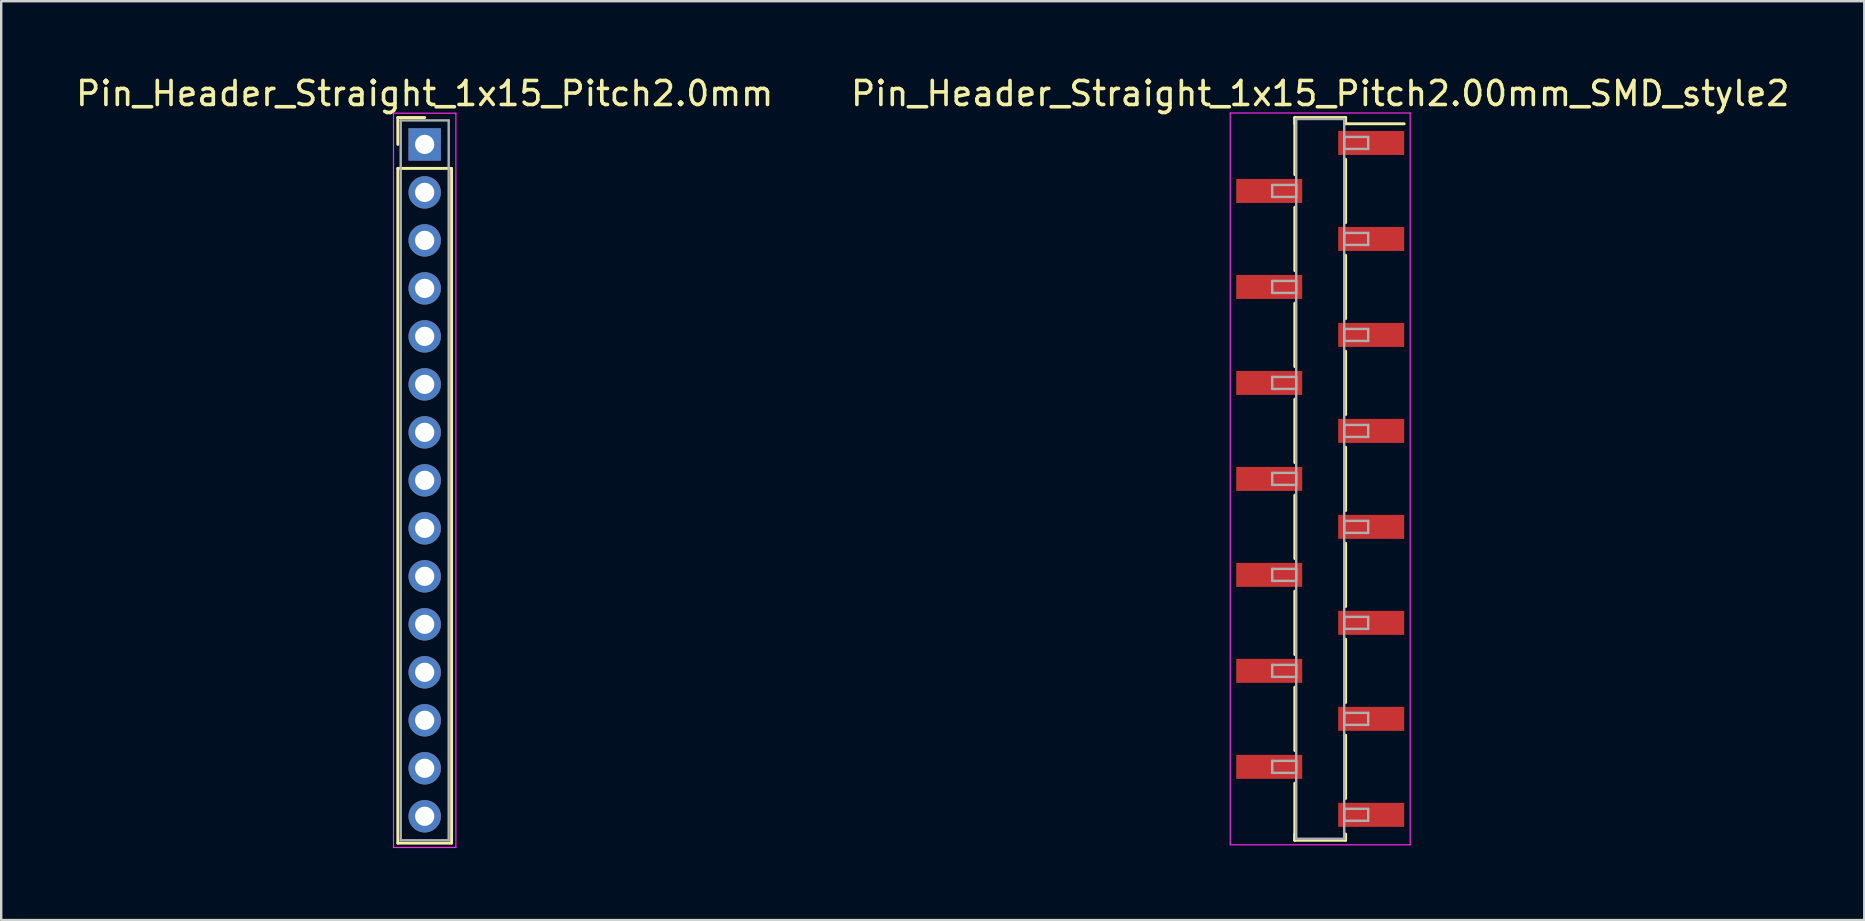
<source format=kicad_pcb>
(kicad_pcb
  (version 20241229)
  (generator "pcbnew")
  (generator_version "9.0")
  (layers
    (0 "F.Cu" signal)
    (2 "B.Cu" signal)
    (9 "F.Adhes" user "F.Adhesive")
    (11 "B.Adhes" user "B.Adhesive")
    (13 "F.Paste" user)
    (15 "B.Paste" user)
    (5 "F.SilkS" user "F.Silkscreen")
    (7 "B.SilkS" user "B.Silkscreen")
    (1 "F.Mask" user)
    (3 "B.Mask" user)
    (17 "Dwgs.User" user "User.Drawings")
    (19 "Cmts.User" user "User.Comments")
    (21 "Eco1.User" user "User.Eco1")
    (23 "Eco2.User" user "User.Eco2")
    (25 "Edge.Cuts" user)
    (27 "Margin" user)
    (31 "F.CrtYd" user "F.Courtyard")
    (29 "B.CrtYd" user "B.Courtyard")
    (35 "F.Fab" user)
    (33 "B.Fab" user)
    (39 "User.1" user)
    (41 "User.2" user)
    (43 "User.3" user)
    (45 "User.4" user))
  (footprint "Pin_Header_Straight_1x15_Pitch2.0mm"
    (layer "F.Cu")
    (at 14.649 2.968)
    (property "Reference" "Pin_Header_Straight_1x15_Pitch2.0mm" (at 0 -2.12 0) (layer "F.SilkS") (effects (font (size 1 1) (thickness 0.15))))
    (attr through_hole)
    (fp_line (start -1.12 -1.12) (end 0 -1.12) (stroke (width 0.12) (type solid)) (layer "F.SilkS"))
    (fp_line (start -1.12 0) (end -1.12 -1.12) (stroke (width 0.12) (type solid)) (layer "F.SilkS"))
    (fp_line (start -1.12 1) (end -1.12 29.12) (stroke (width 0.12) (type solid)) (layer "F.SilkS"))
    (fp_line (start -1.12 29.12) (end 1.12 29.12) (stroke (width 0.12) (type solid)) (layer "F.SilkS"))
    (fp_line (start 1.12 1) (end -1.12 1) (stroke (width 0.12) (type solid)) (layer "F.SilkS"))
    (fp_line (start 1.12 29.12) (end 1.12 1) (stroke (width 0.12) (type solid)) (layer "F.SilkS"))
    (fp_line (start -1.3 -1.3) (end -1.3 29.3) (stroke (width 0.05) (type solid)) (layer "F.CrtYd"))
    (fp_line (start -1.3 29.3) (end 1.3 29.3) (stroke (width 0.05) (type solid)) (layer "F.CrtYd"))
    (fp_line (start 1.3 -1.3) (end -1.3 -1.3) (stroke (width 0.05) (type solid)) (layer "F.CrtYd"))
    (fp_line (start 1.3 29.3) (end 1.3 -1.3) (stroke (width 0.05) (type solid)) (layer "F.CrtYd"))
    (fp_line (start -1 -1) (end -1 29) (stroke (width 0.1) (type solid)) (layer "F.Fab"))
    (fp_line (start -1 29) (end 1 29) (stroke (width 0.1) (type solid)) (layer "F.Fab"))
    (fp_line (start 1 -1) (end -1 -1) (stroke (width 0.1) (type solid)) (layer "F.Fab"))
    (fp_line (start 1 29) (end 1 -1) (stroke (width 0.1) (type solid)) (layer "F.Fab"))
    (pad "1" thru_hole rect (at 0 0) (size 1.35 1.35) (drill 0.8) (layers "*.Cu" "*.Mask"))
    (pad "2" thru_hole oval (at 0 2) (size 1.35 1.35) (drill 0.8) (layers "*.Cu" "*.Mask"))
    (pad "3" thru_hole oval (at 0 4) (size 1.35 1.35) (drill 0.8) (layers "*.Cu" "*.Mask"))
    (pad "4" thru_hole oval (at 0 6) (size 1.35 1.35) (drill 0.8) (layers "*.Cu" "*.Mask"))
    (pad "5" thru_hole oval (at 0 8) (size 1.35 1.35) (drill 0.8) (layers "*.Cu" "*.Mask"))
    (pad "6" thru_hole oval (at 0 10) (size 1.35 1.35) (drill 0.8) (layers "*.Cu" "*.Mask"))
    (pad "7" thru_hole oval (at 0 12) (size 1.35 1.35) (drill 0.8) (layers "*.Cu" "*.Mask"))
    (pad "8" thru_hole oval (at 0 14) (size 1.35 1.35) (drill 0.8) (layers "*.Cu" "*.Mask"))
    (pad "9" thru_hole oval (at 0 16) (size 1.35 1.35) (drill 0.8) (layers "*.Cu" "*.Mask"))
    (pad "10" thru_hole oval (at 0 18) (size 1.35 1.35) (drill 0.8) (layers "*.Cu" "*.Mask"))
    (pad "11" thru_hole oval (at 0 20) (size 1.35 1.35) (drill 0.8) (layers "*.Cu" "*.Mask"))
    (pad "12" thru_hole oval (at 0 22) (size 1.35 1.35) (drill 0.8) (layers "*.Cu" "*.Mask"))
    (pad "13" thru_hole oval (at 0 24) (size 1.35 1.35) (drill 0.8) (layers "*.Cu" "*.Mask"))
    (pad "14" thru_hole oval (at 0 26) (size 1.35 1.35) (drill 0.8) (layers "*.Cu" "*.Mask"))
    (pad "15" thru_hole oval (at 0 28) (size 1.35 1.35) (drill 0.8) (layers "*.Cu" "*.Mask")))
  (footprint "Pin_Header_Straight_1x15_Pitch2.00mm_SMD_style2"
    (layer "F.Cu")
    (at 51.97 16.908)
    (property "Reference" "Pin_Header_Straight_1x15_Pitch2.00mm_SMD_style2" (at 0 -16.06 0) (layer "F.SilkS") (effects (font (size 1 1) (thickness 0.15))))
    (attr smd)
    (fp_line (start -1.06 -15.06) (end -1.06 -12.68) (stroke (width 0.12) (type solid)) (layer "F.SilkS"))
    (fp_line (start -1.06 -15.06) (end 1.06 -15.06) (stroke (width 0.12) (type solid)) (layer "F.SilkS"))
    (fp_line (start -1.06 -14.8) (end -1.06 -15.06) (stroke (width 0.12) (type solid)) (layer "F.SilkS"))
    (fp_line (start -1.06 -11.32) (end -1.06 -8.68) (stroke (width 0.12) (type solid)) (layer "F.SilkS"))
    (fp_line (start -1.06 -7.32) (end -1.06 -4.68) (stroke (width 0.12) (type solid)) (layer "F.SilkS"))
    (fp_line (start -1.06 -3.32) (end -1.06 -0.68) (stroke (width 0.12) (type solid)) (layer "F.SilkS"))
    (fp_line (start -1.06 0.68) (end -1.06 3.32) (stroke (width 0.12) (type solid)) (layer "F.SilkS"))
    (fp_line (start -1.06 4.68) (end -1.06 7.32) (stroke (width 0.12) (type solid)) (layer "F.SilkS"))
    (fp_line (start -1.06 8.68) (end -1.06 11.32) (stroke (width 0.12) (type solid)) (layer "F.SilkS"))
    (fp_line (start -1.06 12.68) (end -1.06 15.06) (stroke (width 0.12) (type solid)) (layer "F.SilkS"))
    (fp_line (start -1.06 14.8) (end -1.06 15.06) (stroke (width 0.12) (type solid)) (layer "F.SilkS"))
    (fp_line (start -1.06 15.06) (end 1.06 15.06) (stroke (width 0.12) (type solid)) (layer "F.SilkS"))
    (fp_line (start 1.06 -15.06) (end 1.06 -14.8) (stroke (width 0.12) (type solid)) (layer "F.SilkS"))
    (fp_line (start 1.06 -14.8) (end 3.5 -14.8) (stroke (width 0.12) (type solid)) (layer "F.SilkS"))
    (fp_line (start 1.06 -13.32) (end 1.06 -10.68) (stroke (width 0.12) (type solid)) (layer "F.SilkS"))
    (fp_line (start 1.06 -9.32) (end 1.06 -6.68) (stroke (width 0.12) (type solid)) (layer "F.SilkS"))
    (fp_line (start 1.06 -5.32) (end 1.06 -2.68) (stroke (width 0.12) (type solid)) (layer "F.SilkS"))
    (fp_line (start 1.06 -1.32) (end 1.06 1.32) (stroke (width 0.12) (type solid)) (layer "F.SilkS"))
    (fp_line (start 1.06 2.68) (end 1.06 5.32) (stroke (width 0.12) (type solid)) (layer "F.SilkS"))
    (fp_line (start 1.06 6.68) (end 1.06 9.32) (stroke (width 0.12) (type solid)) (layer "F.SilkS"))
    (fp_line (start 1.06 10.68) (end 1.06 13.32) (stroke (width 0.12) (type solid)) (layer "F.SilkS"))
    (fp_line (start 1.06 15.06) (end 1.06 14.8) (stroke (width 0.12) (type solid)) (layer "F.SilkS"))
    (fp_line (start -3.75 -15.25) (end -3.75 15.25) (stroke (width 0.05) (type solid)) (layer "F.CrtYd"))
    (fp_line (start -3.75 15.25) (end 3.75 15.25) (stroke (width 0.05) (type solid)) (layer "F.CrtYd"))
    (fp_line (start 3.75 -15.25) (end -3.75 -15.25) (stroke (width 0.05) (type solid)) (layer "F.CrtYd"))
    (fp_line (start 3.75 15.25) (end 3.75 -15.25) (stroke (width 0.05) (type solid)) (layer "F.CrtYd"))
    (fp_line (start -2 -12.25) (end -1 -12.25) (stroke (width 0.1) (type solid)) (layer "F.Fab"))
    (fp_line (start -2 -11.75) (end -2 -12.25) (stroke (width 0.1) (type solid)) (layer "F.Fab"))
    (fp_line (start -2 -8.25) (end -1 -8.25) (stroke (width 0.1) (type solid)) (layer "F.Fab"))
    (fp_line (start -2 -7.75) (end -2 -8.25) (stroke (width 0.1) (type solid)) (layer "F.Fab"))
    (fp_line (start -2 -4.25) (end -1 -4.25) (stroke (width 0.1) (type solid)) (layer "F.Fab"))
    (fp_line (start -2 -3.75) (end -2 -4.25) (stroke (width 0.1) (type solid)) (layer "F.Fab"))
    (fp_line (start -2 -0.25) (end -1 -0.25) (stroke (width 0.1) (type solid)) (layer "F.Fab"))
    (fp_line (start -2 0.25) (end -2 -0.25) (stroke (width 0.1) (type solid)) (layer "F.Fab"))
    (fp_line (start -2 3.75) (end -1 3.75) (stroke (width 0.1) (type solid)) (layer "F.Fab"))
    (fp_line (start -2 4.25) (end -2 3.75) (stroke (width 0.1) (type solid)) (layer "F.Fab"))
    (fp_line (start -2 7.75) (end -1 7.75) (stroke (width 0.1) (type solid)) (layer "F.Fab"))
    (fp_line (start -2 8.25) (end -2 7.75) (stroke (width 0.1) (type solid)) (layer "F.Fab"))
    (fp_line (start -2 11.75) (end -1 11.75) (stroke (width 0.1) (type solid)) (layer "F.Fab"))
    (fp_line (start -2 12.25) (end -2 11.75) (stroke (width 0.1) (type solid)) (layer "F.Fab"))
    (fp_line (start -1 -15) (end -1 15) (stroke (width 0.1) (type solid)) (layer "F.Fab"))
    (fp_line (start -1 -12.25) (end -1 -11.75) (stroke (width 0.1) (type solid)) (layer "F.Fab"))
    (fp_line (start -1 -11.75) (end -2 -11.75) (stroke (width 0.1) (type solid)) (layer "F.Fab"))
    (fp_line (start -1 -8.25) (end -1 -7.75) (stroke (width 0.1) (type solid)) (layer "F.Fab"))
    (fp_line (start -1 -7.75) (end -2 -7.75) (stroke (width 0.1) (type solid)) (layer "F.Fab"))
    (fp_line (start -1 -4.25) (end -1 -3.75) (stroke (width 0.1) (type solid)) (layer "F.Fab"))
    (fp_line (start -1 -3.75) (end -2 -3.75) (stroke (width 0.1) (type solid)) (layer "F.Fab"))
    (fp_line (start -1 -0.25) (end -1 0.25) (stroke (width 0.1) (type solid)) (layer "F.Fab"))
    (fp_line (start -1 0.25) (end -2 0.25) (stroke (width 0.1) (type solid)) (layer "F.Fab"))
    (fp_line (start -1 3.75) (end -1 4.25) (stroke (width 0.1) (type solid)) (layer "F.Fab"))
    (fp_line (start -1 4.25) (end -2 4.25) (stroke (width 0.1) (type solid)) (layer "F.Fab"))
    (fp_line (start -1 7.75) (end -1 8.25) (stroke (width 0.1) (type solid)) (layer "F.Fab"))
    (fp_line (start -1 8.25) (end -2 8.25) (stroke (width 0.1) (type solid)) (layer "F.Fab"))
    (fp_line (start -1 11.75) (end -1 12.25) (stroke (width 0.1) (type solid)) (layer "F.Fab"))
    (fp_line (start -1 12.25) (end -2 12.25) (stroke (width 0.1) (type solid)) (layer "F.Fab"))
    (fp_line (start -1 15) (end 1 15) (stroke (width 0.1) (type solid)) (layer "F.Fab"))
    (fp_line (start 1 -15) (end -1 -15) (stroke (width 0.1) (type solid)) (layer "F.Fab"))
    (fp_line (start 1 -14.25) (end 1 -13.75) (stroke (width 0.1) (type solid)) (layer "F.Fab"))
    (fp_line (start 1 -13.75) (end 2 -13.75) (stroke (width 0.1) (type solid)) (layer "F.Fab"))
    (fp_line (start 1 -10.25) (end 1 -9.75) (stroke (width 0.1) (type solid)) (layer "F.Fab"))
    (fp_line (start 1 -9.75) (end 2 -9.75) (stroke (width 0.1) (type solid)) (layer "F.Fab"))
    (fp_line (start 1 -6.25) (end 1 -5.75) (stroke (width 0.1) (type solid)) (layer "F.Fab"))
    (fp_line (start 1 -5.75) (end 2 -5.75) (stroke (width 0.1) (type solid)) (layer "F.Fab"))
    (fp_line (start 1 -2.25) (end 1 -1.75) (stroke (width 0.1) (type solid)) (layer "F.Fab"))
    (fp_line (start 1 -1.75) (end 2 -1.75) (stroke (width 0.1) (type solid)) (layer "F.Fab"))
    (fp_line (start 1 1.75) (end 1 2.25) (stroke (width 0.1) (type solid)) (layer "F.Fab"))
    (fp_line (start 1 2.25) (end 2 2.25) (stroke (width 0.1) (type solid)) (layer "F.Fab"))
    (fp_line (start 1 5.75) (end 1 6.25) (stroke (width 0.1) (type solid)) (layer "F.Fab"))
    (fp_line (start 1 6.25) (end 2 6.25) (stroke (width 0.1) (type solid)) (layer "F.Fab"))
    (fp_line (start 1 9.75) (end 1 10.25) (stroke (width 0.1) (type solid)) (layer "F.Fab"))
    (fp_line (start 1 10.25) (end 2 10.25) (stroke (width 0.1) (type solid)) (layer "F.Fab"))
    (fp_line (start 1 13.75) (end 1 14.25) (stroke (width 0.1) (type solid)) (layer "F.Fab"))
    (fp_line (start 1 14.25) (end 2 14.25) (stroke (width 0.1) (type solid)) (layer "F.Fab"))
    (fp_line (start 1 15) (end 1 -15) (stroke (width 0.1) (type solid)) (layer "F.Fab"))
    (fp_line (start 2 -14.25) (end 1 -14.25) (stroke (width 0.1) (type solid)) (layer "F.Fab"))
    (fp_line (start 2 -13.75) (end 2 -14.25) (stroke (width 0.1) (type solid)) (layer "F.Fab"))
    (fp_line (start 2 -10.25) (end 1 -10.25) (stroke (width 0.1) (type solid)) (layer "F.Fab"))
    (fp_line (start 2 -9.75) (end 2 -10.25) (stroke (width 0.1) (type solid)) (layer "F.Fab"))
    (fp_line (start 2 -6.25) (end 1 -6.25) (stroke (width 0.1) (type solid)) (layer "F.Fab"))
    (fp_line (start 2 -5.75) (end 2 -6.25) (stroke (width 0.1) (type solid)) (layer "F.Fab"))
    (fp_line (start 2 -2.25) (end 1 -2.25) (stroke (width 0.1) (type solid)) (layer "F.Fab"))
    (fp_line (start 2 -1.75) (end 2 -2.25) (stroke (width 0.1) (type solid)) (layer "F.Fab"))
    (fp_line (start 2 1.75) (end 1 1.75) (stroke (width 0.1) (type solid)) (layer "F.Fab"))
    (fp_line (start 2 2.25) (end 2 1.75) (stroke (width 0.1) (type solid)) (layer "F.Fab"))
    (fp_line (start 2 5.75) (end 1 5.75) (stroke (width 0.1) (type solid)) (layer "F.Fab"))
    (fp_line (start 2 6.25) (end 2 5.75) (stroke (width 0.1) (type solid)) (layer "F.Fab"))
    (fp_line (start 2 9.75) (end 1 9.75) (stroke (width 0.1) (type solid)) (layer "F.Fab"))
    (fp_line (start 2 10.25) (end 2 9.75) (stroke (width 0.1) (type solid)) (layer "F.Fab"))
    (fp_line (start 2 13.75) (end 1 13.75) (stroke (width 0.1) (type solid)) (layer "F.Fab"))
    (fp_line (start 2 14.25) (end 2 13.75) (stroke (width 0.1) (type solid)) (layer "F.Fab"))
    (pad "1" smd rect (at 2.125 -14) (size 2.75 1) (layers "F.Cu" "F.Mask"))
    (pad "2" smd rect (at -2.125 -12) (size 2.75 1) (layers "F.Cu" "F.Mask"))
    (pad "3" smd rect (at 2.125 -10) (size 2.75 1) (layers "F.Cu" "F.Mask"))
    (pad "4" smd rect (at -2.125 -8) (size 2.75 1) (layers "F.Cu" "F.Mask"))
    (pad "5" smd rect (at 2.125 -6) (size 2.75 1) (layers "F.Cu" "F.Mask"))
    (pad "6" smd rect (at -2.125 -4) (size 2.75 1) (layers "F.Cu" "F.Mask"))
    (pad "7" smd rect (at 2.125 -2) (size 2.75 1) (layers "F.Cu" "F.Mask"))
    (pad "8" smd rect (at -2.125 0) (size 2.75 1) (layers "F.Cu" "F.Mask"))
    (pad "9" smd rect (at 2.125 2) (size 2.75 1) (layers "F.Cu" "F.Mask"))
    (pad "10" smd rect (at -2.125 4) (size 2.75 1) (layers "F.Cu" "F.Mask"))
    (pad "11" smd rect (at 2.125 6) (size 2.75 1) (layers "F.Cu" "F.Mask"))
    (pad "12" smd rect (at -2.125 8) (size 2.75 1) (layers "F.Cu" "F.Mask"))
    (pad "13" smd rect (at 2.125 10) (size 2.75 1) (layers "F.Cu" "F.Mask"))
    (pad "14" smd rect (at -2.125 12) (size 2.75 1) (layers "F.Cu" "F.Mask"))
    (pad "15" smd rect (at 2.125 14) (size 2.75 1) (layers "F.Cu" "F.Mask")))
  (gr_rect
    (start -3 -3)
    (end 74.643 35.293)
    (stroke (width 0.1) (type default))
    (fill no)
    (layer "Edge.Cuts")))
</source>
